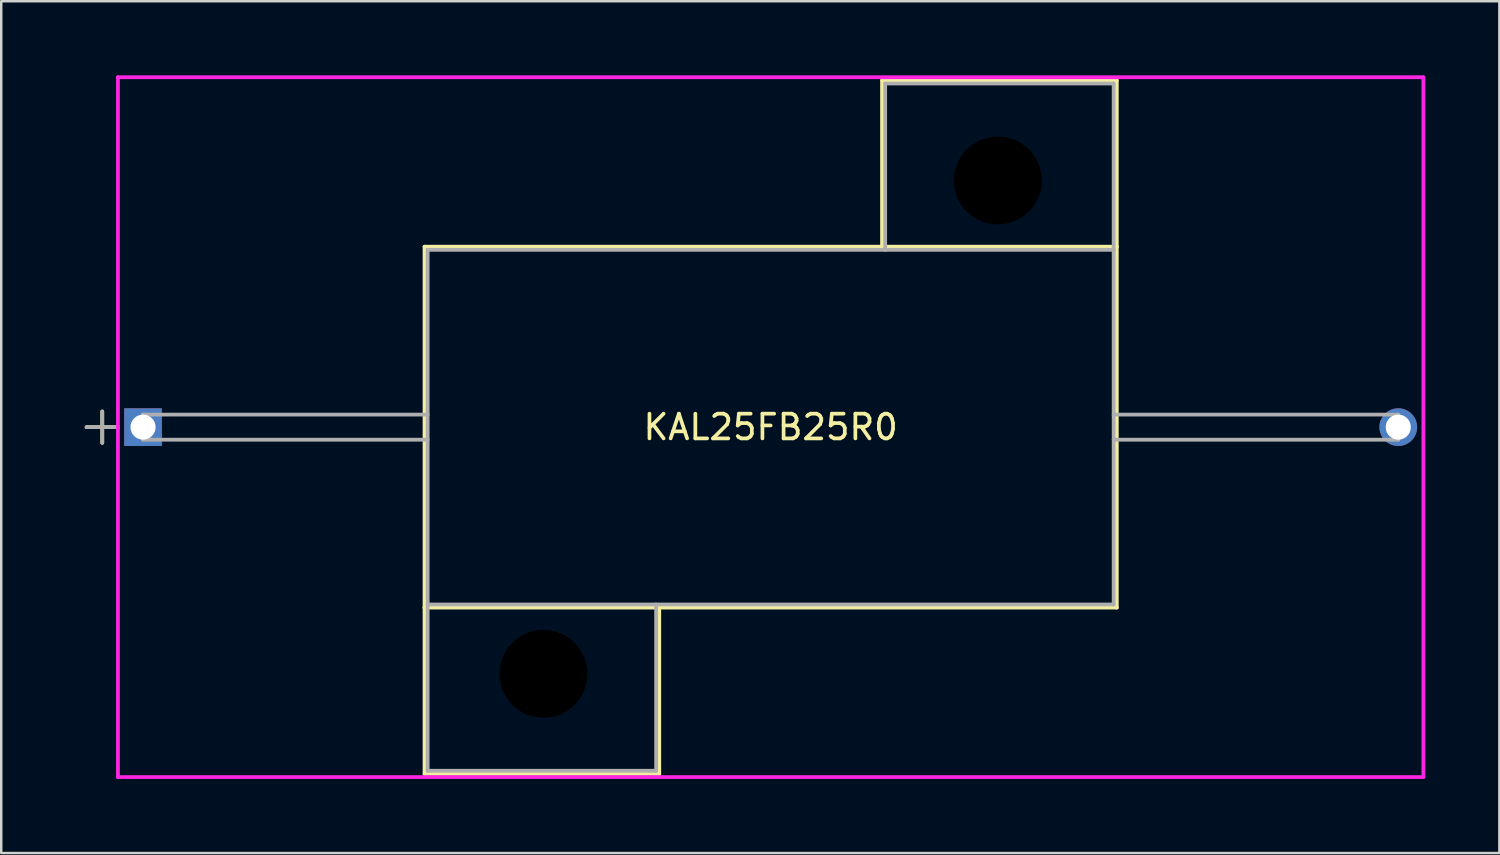
<source format=kicad_pcb>
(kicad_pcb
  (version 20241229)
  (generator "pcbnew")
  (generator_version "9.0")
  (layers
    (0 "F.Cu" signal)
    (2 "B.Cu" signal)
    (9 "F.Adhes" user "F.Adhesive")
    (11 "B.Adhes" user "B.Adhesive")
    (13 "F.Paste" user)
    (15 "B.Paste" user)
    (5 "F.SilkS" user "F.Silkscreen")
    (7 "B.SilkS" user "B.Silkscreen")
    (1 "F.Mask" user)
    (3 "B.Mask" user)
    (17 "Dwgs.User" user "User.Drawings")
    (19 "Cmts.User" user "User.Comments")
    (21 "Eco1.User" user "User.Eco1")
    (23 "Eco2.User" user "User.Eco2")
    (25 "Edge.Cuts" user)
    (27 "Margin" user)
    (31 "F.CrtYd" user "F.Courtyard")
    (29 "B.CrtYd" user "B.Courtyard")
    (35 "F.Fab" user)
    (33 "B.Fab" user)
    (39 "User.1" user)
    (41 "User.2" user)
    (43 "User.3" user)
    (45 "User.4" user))
  (footprint "KAL25FB25R0"
    (layer "F.Cu")
    (at 2.739 14.237)
    (property "Reference" "KAL25FB25R0" (at 25.4 0 0) (layer "F.SilkS") (effects (font (size 1 1) (thickness 0.15))))
    (attr through_hole)
    (fp_line (start -2.286 0) (end -1.095 0) (stroke (width 0.152) (type solid)) (layer "F.SilkS"))
    (fp_line (start -1.651 -0.635) (end -1.651 0.635) (stroke (width 0.152) (type solid)) (layer "F.SilkS"))
    (fp_line (start 11.392 -7.303) (end 11.392 7.303) (stroke (width 0.152) (type solid)) (layer "F.SilkS"))
    (fp_line (start 11.392 7.303) (end 11.392 14.034) (stroke (width 0.152) (type solid)) (layer "F.SilkS"))
    (fp_line (start 11.392 7.303) (end 39.408 7.303) (stroke (width 0.152) (type solid)) (layer "F.SilkS"))
    (fp_line (start 11.392 14.034) (end 20.892 14.034) (stroke (width 0.152) (type solid)) (layer "F.SilkS"))
    (fp_line (start 20.892 14.034) (end 20.892 7.303) (stroke (width 0.152) (type solid)) (layer "F.SilkS"))
    (fp_line (start 29.909 -14.034) (end 29.909 -7.303) (stroke (width 0.152) (type solid)) (layer "F.SilkS"))
    (fp_line (start 39.408 -14.034) (end 29.909 -14.034) (stroke (width 0.152) (type solid)) (layer "F.SilkS"))
    (fp_line (start 39.408 -7.303) (end 11.392 -7.303) (stroke (width 0.152) (type solid)) (layer "F.SilkS"))
    (fp_line (start 39.408 -7.303) (end 39.408 -14.034) (stroke (width 0.152) (type solid)) (layer "F.SilkS"))
    (fp_line (start 39.408 7.303) (end 39.408 -7.303) (stroke (width 0.152) (type solid)) (layer "F.SilkS"))
    (fp_line (start -1.016 -14.161) (end 51.816 -14.161) (stroke (width 0.152) (type solid)) (layer "F.CrtYd"))
    (fp_line (start -1.016 14.161) (end -1.016 -14.161) (stroke (width 0.152) (type solid)) (layer "F.CrtYd"))
    (fp_line (start 51.816 -14.161) (end 51.816 14.161) (stroke (width 0.152) (type solid)) (layer "F.CrtYd"))
    (fp_line (start 51.816 14.161) (end -1.016 14.161) (stroke (width 0.152) (type solid)) (layer "F.CrtYd"))
    (fp_line (start -2.286 0) (end -1.016 0) (stroke (width 0.152) (type solid)) (layer "F.Fab"))
    (fp_line (start -1.651 -0.635) (end -1.651 0.635) (stroke (width 0.152) (type solid)) (layer "F.Fab"))
    (fp_line (start 0 -0.508) (end 0 0.508) (stroke (width 0.152) (type solid)) (layer "F.Fab"))
    (fp_line (start 0 0.508) (end 11.519 0.508) (stroke (width 0.152) (type solid)) (layer "F.Fab"))
    (fp_line (start 11.519 -7.176) (end 11.519 7.176) (stroke (width 0.152) (type solid)) (layer "F.Fab"))
    (fp_line (start 11.519 -0.508) (end 0 -0.508) (stroke (width 0.152) (type solid)) (layer "F.Fab"))
    (fp_line (start 11.519 7.176) (end 11.519 13.906) (stroke (width 0.152) (type solid)) (layer "F.Fab"))
    (fp_line (start 11.519 7.176) (end 39.281 7.176) (stroke (width 0.152) (type solid)) (layer "F.Fab"))
    (fp_line (start 11.519 13.906) (end 20.765 13.906) (stroke (width 0.152) (type solid)) (layer "F.Fab"))
    (fp_line (start 20.765 13.906) (end 20.765 7.176) (stroke (width 0.152) (type solid)) (layer "F.Fab"))
    (fp_line (start 30.035 -13.906) (end 30.035 -7.176) (stroke (width 0.152) (type solid)) (layer "F.Fab"))
    (fp_line (start 39.281 -13.906) (end 30.035 -13.906) (stroke (width 0.152) (type solid)) (layer "F.Fab"))
    (fp_line (start 39.281 -7.176) (end 11.519 -7.176) (stroke (width 0.152) (type solid)) (layer "F.Fab"))
    (fp_line (start 39.281 -7.176) (end 39.281 -13.906) (stroke (width 0.152) (type solid)) (layer "F.Fab"))
    (fp_line (start 39.281 -0.508) (end 50.8 -0.508) (stroke (width 0.152) (type solid)) (layer "F.Fab"))
    (fp_line (start 39.281 7.176) (end 39.281 -7.176) (stroke (width 0.152) (type solid)) (layer "F.Fab"))
    (fp_line (start 50.8 -0.508) (end 50.8 0.508) (stroke (width 0.152) (type solid)) (layer "F.Fab"))
    (fp_line (start 50.8 0.508) (end 39.281 0.508) (stroke (width 0.152) (type solid)) (layer "F.Fab"))
    (fp_text user "Copyright 2016 Accelerated Designs. All rights reserved." (at 0 0 0) (layer "Cmts.User") (effects (font (size 0.127 0.127) (thickness 0.002))))
    (pad "" np_thru_hole circle (at 16.205 9.982) (size 4.064 4.064) (drill 3.556) (layers))
    (pad "" np_thru_hole circle (at 34.595 -9.982) (size 4.064 4.064) (drill 3.556) (layers))
    (pad "1" thru_hole rect (at 0 0) (size 1.524 1.524) (drill 1.016) (layers "*.Cu" "*.Mask"))
    (pad "2" thru_hole circle (at 50.8 0) (size 1.524 1.524) (drill 1.016) (layers "*.Cu" "*.Mask")))
  (gr_rect
    (start -3 -3)
    (end 57.631 31.473)
    (stroke (width 0.1) (type default))
    (fill no)
    (layer "Edge.Cuts")))
</source>
